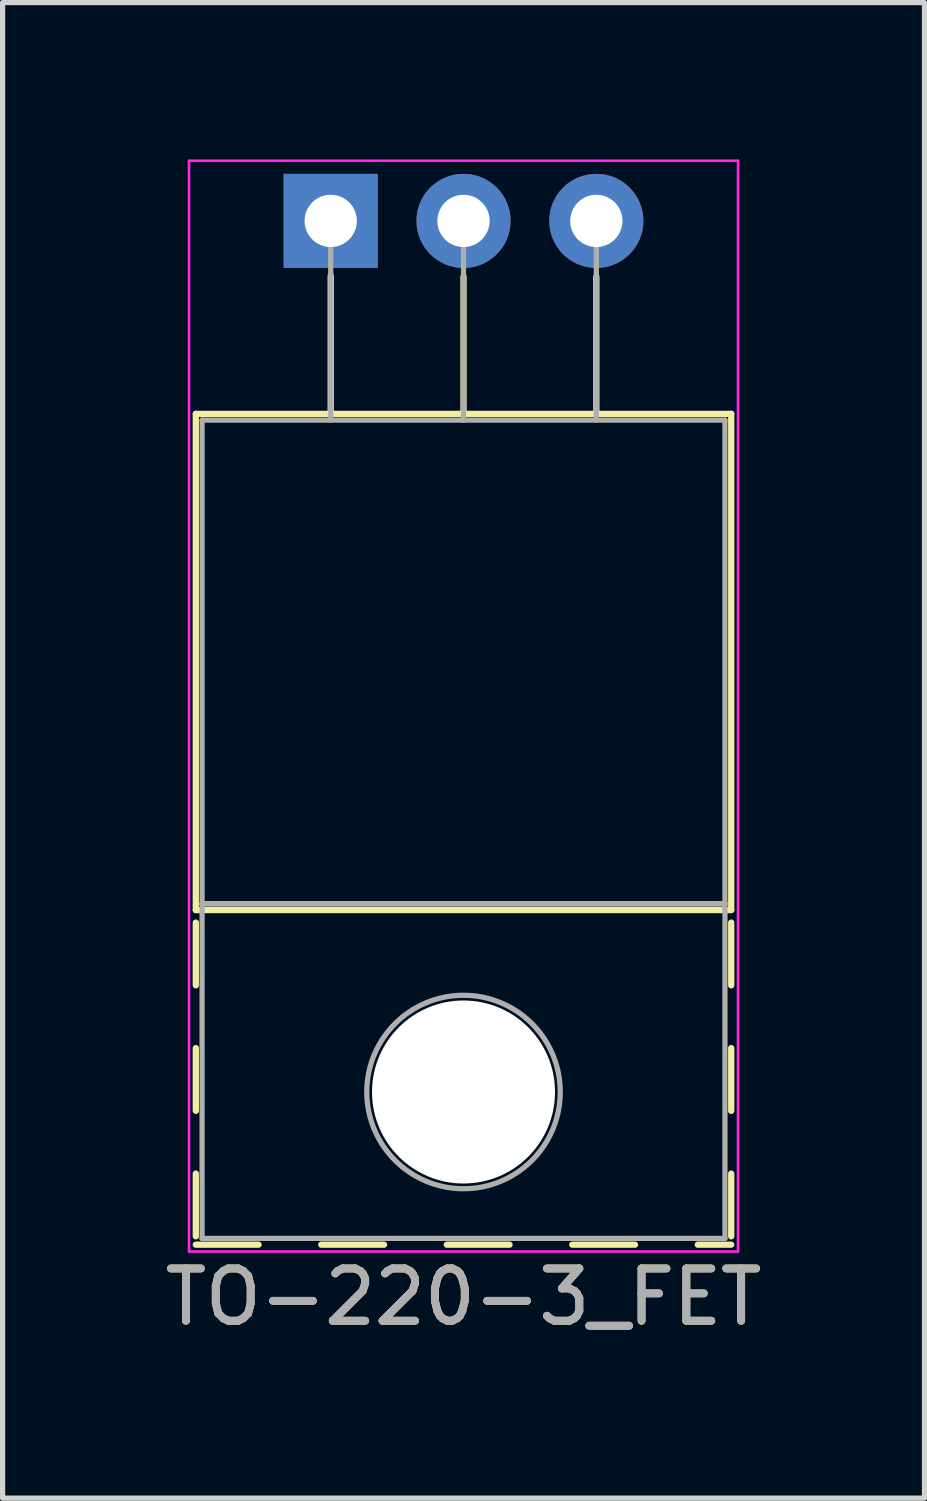
<source format=kicad_pcb>
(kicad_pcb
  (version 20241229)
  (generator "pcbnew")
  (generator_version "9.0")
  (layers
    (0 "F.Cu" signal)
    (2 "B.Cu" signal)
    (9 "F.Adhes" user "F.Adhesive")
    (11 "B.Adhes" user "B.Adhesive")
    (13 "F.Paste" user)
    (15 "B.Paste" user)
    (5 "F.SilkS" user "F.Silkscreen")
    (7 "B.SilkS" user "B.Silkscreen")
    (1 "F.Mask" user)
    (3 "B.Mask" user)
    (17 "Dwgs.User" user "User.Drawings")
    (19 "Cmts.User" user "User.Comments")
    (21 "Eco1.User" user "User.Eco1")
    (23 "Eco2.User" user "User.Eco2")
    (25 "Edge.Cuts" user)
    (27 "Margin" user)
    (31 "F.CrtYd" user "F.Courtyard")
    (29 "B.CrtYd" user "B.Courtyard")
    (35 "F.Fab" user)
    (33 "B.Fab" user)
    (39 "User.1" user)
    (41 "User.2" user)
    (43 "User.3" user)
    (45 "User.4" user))
  (footprint "TO-220-3_FET"
    (layer "F.Cu")
    (at 5.815 1.175)
    (property "Reference" "TO-220-3_FET" (at 0 20.58 0) (layer "F.SilkS") (effects (font (size 1 1) (thickness 0.15))))
    (attr through_hole)
    (fp_line (start -5.12 3.69) (end -5.12 13.18) (stroke (width 0.12) (type solid)) (layer "F.SilkS"))
    (fp_line (start -5.12 3.69) (end 5.12 3.69) (stroke (width 0.12) (type solid)) (layer "F.SilkS"))
    (fp_line (start -5.12 13.18) (end 5.12 13.18) (stroke (width 0.12) (type solid)) (layer "F.SilkS"))
    (fp_line (start -5.12 13.42) (end -5.12 14.62) (stroke (width 0.12) (type solid)) (layer "F.SilkS"))
    (fp_line (start -5.12 15.82) (end -5.12 17.02) (stroke (width 0.12) (type solid)) (layer "F.SilkS"))
    (fp_line (start -5.12 18.22) (end -5.12 19.42) (stroke (width 0.12) (type solid)) (layer "F.SilkS"))
    (fp_line (start -5.12 19.58) (end -3.92 19.58) (stroke (width 0.12) (type solid)) (layer "F.SilkS"))
    (fp_line (start -2.721 19.58) (end -1.52 19.58) (stroke (width 0.12) (type solid)) (layer "F.SilkS"))
    (fp_line (start -2.54 1.05) (end -2.54 3.69) (stroke (width 0.12) (type solid)) (layer "F.SilkS"))
    (fp_line (start -0.32 19.58) (end 0.88 19.58) (stroke (width 0.12) (type solid)) (layer "F.SilkS"))
    (fp_line (start 0 1.066) (end 0 3.69) (stroke (width 0.12) (type solid)) (layer "F.SilkS"))
    (fp_line (start 2.08 19.58) (end 3.28 19.58) (stroke (width 0.12) (type solid)) (layer "F.SilkS"))
    (fp_line (start 2.54 1.066) (end 2.54 3.69) (stroke (width 0.12) (type solid)) (layer "F.SilkS"))
    (fp_line (start 4.48 19.58) (end 5.12 19.58) (stroke (width 0.12) (type solid)) (layer "F.SilkS"))
    (fp_line (start 5.12 3.69) (end 5.12 13.18) (stroke (width 0.12) (type solid)) (layer "F.SilkS"))
    (fp_line (start 5.12 13.42) (end 5.12 14.62) (stroke (width 0.12) (type solid)) (layer "F.SilkS"))
    (fp_line (start 5.12 15.82) (end 5.12 17.02) (stroke (width 0.12) (type solid)) (layer "F.SilkS"))
    (fp_line (start 5.12 18.22) (end 5.12 19.42) (stroke (width 0.12) (type solid)) (layer "F.SilkS"))
    (fp_line (start -5.25 -1.15) (end -5.25 19.71) (stroke (width 0.05) (type solid)) (layer "F.CrtYd"))
    (fp_line (start -5.25 19.71) (end 5.25 19.71) (stroke (width 0.05) (type solid)) (layer "F.CrtYd"))
    (fp_line (start 5.25 -1.15) (end -5.25 -1.15) (stroke (width 0.05) (type solid)) (layer "F.CrtYd"))
    (fp_line (start 5.25 19.71) (end 5.25 -1.15) (stroke (width 0.05) (type solid)) (layer "F.CrtYd"))
    (fp_line (start -5 3.81) (end -5 13.06) (stroke (width 0.1) (type solid)) (layer "F.Fab"))
    (fp_line (start -5 13.06) (end -5 19.46) (stroke (width 0.1) (type solid)) (layer "F.Fab"))
    (fp_line (start -5 13.06) (end 5 13.06) (stroke (width 0.1) (type solid)) (layer "F.Fab"))
    (fp_line (start -5 19.46) (end 5 19.46) (stroke (width 0.1) (type solid)) (layer "F.Fab"))
    (fp_line (start -2.54 3.81) (end -2.54 0) (stroke (width 0.1) (type solid)) (layer "F.Fab"))
    (fp_line (start 0 3.81) (end 0 0) (stroke (width 0.1) (type solid)) (layer "F.Fab"))
    (fp_line (start 2.54 3.81) (end 2.54 0) (stroke (width 0.1) (type solid)) (layer "F.Fab"))
    (fp_line (start 5 3.81) (end -5 3.81) (stroke (width 0.1) (type solid)) (layer "F.Fab"))
    (fp_line (start 5 13.06) (end -5 13.06) (stroke (width 0.1) (type solid)) (layer "F.Fab"))
    (fp_line (start 5 13.06) (end 5 3.81) (stroke (width 0.1) (type solid)) (layer "F.Fab"))
    (fp_line (start 5 19.46) (end 5 13.06) (stroke (width 0.1) (type solid)) (layer "F.Fab"))
    (fp_circle (center 0 16.66) (end 1.85 16.66) (stroke (width 0.1) (type solid)) (fill no) (layer "F.Fab"))
    (fp_text user "${REFERENCE}" (at 0 20.58 0) (layer "F.Fab") (effects (font (size 1 1) (thickness 0.15))))
    (pad "" np_thru_hole oval (at 0 16.66) (size 3.5 3.5) (drill 3.5) (layers "*.Cu" "*.Mask"))
    (pad "D" thru_hole oval (at 0 0) (size 1.8 1.8) (drill 1) (layers "*.Cu" "*.Mask"))
    (pad "G" thru_hole rect (at -2.54 0) (size 1.8 1.8) (drill 1) (layers "*.Cu" "*.Mask"))
    (pad "S" thru_hole oval (at 2.54 0) (size 1.8 1.8) (drill 1) (layers "*.Cu" "*.Mask")))
  (gr_rect
    (start -3 -3)
    (end 14.631 25.603)
    (stroke (width 0.1) (type default))
    (fill no)
    (layer "Edge.Cuts")))
</source>
